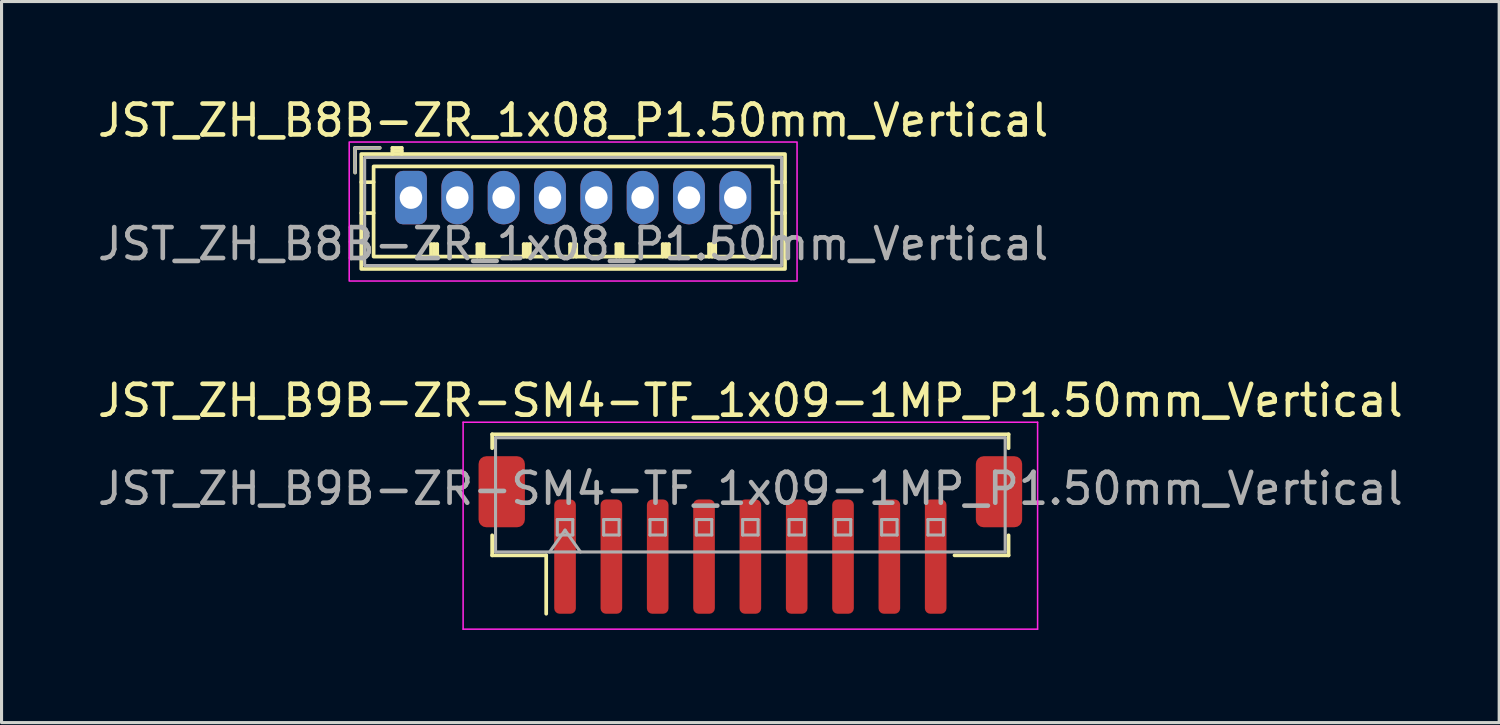
<source format=kicad_pcb>
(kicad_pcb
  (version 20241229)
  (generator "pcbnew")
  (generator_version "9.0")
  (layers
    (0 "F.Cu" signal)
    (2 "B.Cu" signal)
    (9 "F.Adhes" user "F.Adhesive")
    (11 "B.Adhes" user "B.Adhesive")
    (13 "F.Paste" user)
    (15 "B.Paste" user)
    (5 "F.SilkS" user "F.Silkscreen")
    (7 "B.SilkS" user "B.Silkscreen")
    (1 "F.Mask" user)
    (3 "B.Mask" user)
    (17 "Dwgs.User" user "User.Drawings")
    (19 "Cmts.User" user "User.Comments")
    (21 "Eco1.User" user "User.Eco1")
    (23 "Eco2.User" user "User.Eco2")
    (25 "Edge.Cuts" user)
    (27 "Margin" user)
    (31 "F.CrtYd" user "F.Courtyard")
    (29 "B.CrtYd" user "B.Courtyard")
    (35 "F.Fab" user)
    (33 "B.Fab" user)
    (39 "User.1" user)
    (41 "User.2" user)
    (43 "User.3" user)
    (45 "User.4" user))
  (footprint "JST_ZH_B8B-ZR_1x08_P1.50mm_Vertical"
    (layer "F.Cu")
    (at 10.256 3.348)
    (property "Reference" "JST_ZH_B8B-ZR_1x08_P1.50mm_Vertical" (at 5.25 -2.5 0) (layer "F.SilkS") (effects (font (size 1 1) (thickness 0.15))))
    (attr through_hole)
    (fp_line (start -1.81 -1.61) (end -1.81 -0.81) (stroke (width 0.12) (type solid)) (layer "F.SilkS"))
    (fp_line (start -1.61 -0.5) (end -1.21 -0.5) (stroke (width 0.12) (type solid)) (layer "F.SilkS"))
    (fp_line (start -1.61 0.5) (end -1.21 0.5) (stroke (width 0.12) (type solid)) (layer "F.SilkS"))
    (fp_line (start -1.01 -1.61) (end -1.81 -1.61) (stroke (width 0.12) (type solid)) (layer "F.SilkS"))
    (fp_line (start -0.6 -1.61) (end -0.6 -1.41) (stroke (width 0.12) (type solid)) (layer "F.SilkS"))
    (fp_line (start -0.3 -1.61) (end -0.6 -1.61) (stroke (width 0.12) (type solid)) (layer "F.SilkS"))
    (fp_line (start -0.3 -1.51) (end -0.6 -1.51) (stroke (width 0.12) (type solid)) (layer "F.SilkS"))
    (fp_line (start -0.3 -1.41) (end -0.3 -1.61) (stroke (width 0.12) (type solid)) (layer "F.SilkS"))
    (fp_line (start 0.65 1.51) (end 0.85 1.51) (stroke (width 0.12) (type solid)) (layer "F.SilkS"))
    (fp_line (start 0.65 1.91) (end 0.65 1.51) (stroke (width 0.12) (type solid)) (layer "F.SilkS"))
    (fp_line (start 0.75 1.91) (end 0.75 1.51) (stroke (width 0.12) (type solid)) (layer "F.SilkS"))
    (fp_line (start 0.85 1.51) (end 0.85 1.91) (stroke (width 0.12) (type solid)) (layer "F.SilkS"))
    (fp_line (start 2.15 1.51) (end 2.35 1.51) (stroke (width 0.12) (type solid)) (layer "F.SilkS"))
    (fp_line (start 2.15 1.91) (end 2.15 1.51) (stroke (width 0.12) (type solid)) (layer "F.SilkS"))
    (fp_line (start 2.25 1.91) (end 2.25 1.51) (stroke (width 0.12) (type solid)) (layer "F.SilkS"))
    (fp_line (start 2.35 1.51) (end 2.35 1.91) (stroke (width 0.12) (type solid)) (layer "F.SilkS"))
    (fp_line (start 3.65 1.51) (end 3.85 1.51) (stroke (width 0.12) (type solid)) (layer "F.SilkS"))
    (fp_line (start 3.65 1.91) (end 3.65 1.51) (stroke (width 0.12) (type solid)) (layer "F.SilkS"))
    (fp_line (start 3.75 1.91) (end 3.75 1.51) (stroke (width 0.12) (type solid)) (layer "F.SilkS"))
    (fp_line (start 3.85 1.51) (end 3.85 1.91) (stroke (width 0.12) (type solid)) (layer "F.SilkS"))
    (fp_line (start 5.15 1.51) (end 5.35 1.51) (stroke (width 0.12) (type solid)) (layer "F.SilkS"))
    (fp_line (start 5.15 1.91) (end 5.15 1.51) (stroke (width 0.12) (type solid)) (layer "F.SilkS"))
    (fp_line (start 5.25 1.91) (end 5.25 1.51) (stroke (width 0.12) (type solid)) (layer "F.SilkS"))
    (fp_line (start 5.35 1.51) (end 5.35 1.91) (stroke (width 0.12) (type solid)) (layer "F.SilkS"))
    (fp_line (start 6.65 1.51) (end 6.85 1.51) (stroke (width 0.12) (type solid)) (layer "F.SilkS"))
    (fp_line (start 6.65 1.91) (end 6.65 1.51) (stroke (width 0.12) (type solid)) (layer "F.SilkS"))
    (fp_line (start 6.75 1.91) (end 6.75 1.51) (stroke (width 0.12) (type solid)) (layer "F.SilkS"))
    (fp_line (start 6.85 1.51) (end 6.85 1.91) (stroke (width 0.12) (type solid)) (layer "F.SilkS"))
    (fp_line (start 8.15 1.51) (end 8.35 1.51) (stroke (width 0.12) (type solid)) (layer "F.SilkS"))
    (fp_line (start 8.15 1.91) (end 8.15 1.51) (stroke (width 0.12) (type solid)) (layer "F.SilkS"))
    (fp_line (start 8.25 1.91) (end 8.25 1.51) (stroke (width 0.12) (type solid)) (layer "F.SilkS"))
    (fp_line (start 8.35 1.51) (end 8.35 1.91) (stroke (width 0.12) (type solid)) (layer "F.SilkS"))
    (fp_line (start 9.65 1.51) (end 9.85 1.51) (stroke (width 0.12) (type solid)) (layer "F.SilkS"))
    (fp_line (start 9.65 1.91) (end 9.65 1.51) (stroke (width 0.12) (type solid)) (layer "F.SilkS"))
    (fp_line (start 9.75 1.91) (end 9.75 1.51) (stroke (width 0.12) (type solid)) (layer "F.SilkS"))
    (fp_line (start 9.85 1.51) (end 9.85 1.91) (stroke (width 0.12) (type solid)) (layer "F.SilkS"))
    (fp_line (start 12.11 -0.5) (end 11.71 -0.5) (stroke (width 0.12) (type solid)) (layer "F.SilkS"))
    (fp_line (start 12.11 0.5) (end 11.71 0.5) (stroke (width 0.12) (type solid)) (layer "F.SilkS"))
    (fp_rect (start -1.61 -1.41) (end 12.11 2.31) (stroke (width 0.12) (type solid)) (fill no) (layer "F.SilkS"))
    (fp_rect (start -1.21 -1.01) (end 11.71 1.91) (stroke (width 0.12) (type solid)) (fill no) (layer "F.SilkS"))
    (fp_rect (start -2 -1.8) (end 12.5 2.7) (stroke (width 0.05) (type solid)) (fill no) (layer "F.CrtYd"))
    (fp_line (start -1.81 -1.61) (end -1.81 -0.81) (stroke (width 0.1) (type solid)) (layer "F.Fab"))
    (fp_line (start -1.01 -1.61) (end -1.81 -1.61) (stroke (width 0.1) (type solid)) (layer "F.Fab"))
    (fp_rect (start -1.5 -1.3) (end 12 2.2) (stroke (width 0.1) (type solid)) (fill no) (layer "F.Fab"))
    (fp_text user "${REFERENCE}" (at 5.25 1.5 0) (layer "F.Fab") (effects (font (size 1 1) (thickness 0.15))))
    (pad "1" thru_hole roundrect (at 0 0) (size 1.03 1.73) (drill 0.73) (layers "*.Cu" "*.Mask") (roundrect_rratio 0.243))
    (pad "2" thru_hole oval (at 1.5 0) (size 1.03 1.73) (drill 0.73) (layers "*.Cu" "*.Mask"))
    (pad "3" thru_hole oval (at 3 0) (size 1.03 1.73) (drill 0.73) (layers "*.Cu" "*.Mask"))
    (pad "4" thru_hole oval (at 4.5 0) (size 1.03 1.73) (drill 0.73) (layers "*.Cu" "*.Mask"))
    (pad "5" thru_hole oval (at 6 0) (size 1.03 1.73) (drill 0.73) (layers "*.Cu" "*.Mask"))
    (pad "6" thru_hole oval (at 7.5 0) (size 1.03 1.73) (drill 0.73) (layers "*.Cu" "*.Mask"))
    (pad "7" thru_hole oval (at 9 0) (size 1.03 1.73) (drill 0.73) (layers "*.Cu" "*.Mask"))
    (pad "8" thru_hole oval (at 10.5 0) (size 1.03 1.73) (drill 0.73) (layers "*.Cu" "*.Mask")))
  (footprint "JST_ZH_B9B-ZR-SM4-TF_1x09-1MP_P1.50mm_Vertical"
    (layer "F.Cu")
    (at 21.244 14.271)
    (property "Reference" "JST_ZH_B9B-ZR-SM4-TF_1x09-1MP_P1.50mm_Vertical" (at 0 -4.35 0) (layer "F.SilkS") (effects (font (size 1 1) (thickness 0.15))))
    (attr smd)
    (fp_line (start -8.36 -3.26) (end 8.36 -3.26) (stroke (width 0.12) (type solid)) (layer "F.SilkS"))
    (fp_line (start -8.36 -2.81) (end -8.36 -3.26) (stroke (width 0.12) (type solid)) (layer "F.SilkS"))
    (fp_line (start -8.36 0.01) (end -8.36 0.66) (stroke (width 0.12) (type solid)) (layer "F.SilkS"))
    (fp_line (start -8.36 0.66) (end -6.61 0.66) (stroke (width 0.12) (type solid)) (layer "F.SilkS"))
    (fp_line (start -6.61 0.66) (end -6.61 2.55) (stroke (width 0.12) (type solid)) (layer "F.SilkS"))
    (fp_line (start 8.36 -3.26) (end 8.36 -2.81) (stroke (width 0.12) (type solid)) (layer "F.SilkS"))
    (fp_line (start 8.36 0.01) (end 8.36 0.66) (stroke (width 0.12) (type solid)) (layer "F.SilkS"))
    (fp_line (start 8.36 0.66) (end 6.61 0.66) (stroke (width 0.12) (type solid)) (layer "F.SilkS"))
    (fp_line (start -9.3 -3.65) (end -9.3 3.05) (stroke (width 0.05) (type solid)) (layer "F.CrtYd"))
    (fp_line (start -9.3 3.05) (end 9.3 3.05) (stroke (width 0.05) (type solid)) (layer "F.CrtYd"))
    (fp_line (start 9.3 -3.65) (end -9.3 -3.65) (stroke (width 0.05) (type solid)) (layer "F.CrtYd"))
    (fp_line (start 9.3 3.05) (end 9.3 -3.65) (stroke (width 0.05) (type solid)) (layer "F.CrtYd"))
    (fp_line (start -8.25 -3.15) (end 8.25 -3.15) (stroke (width 0.1) (type solid)) (layer "F.Fab"))
    (fp_line (start -8.25 0.55) (end -8.25 -3.15) (stroke (width 0.1) (type solid)) (layer "F.Fab"))
    (fp_line (start -8.25 0.55) (end 8.25 0.55) (stroke (width 0.1) (type solid)) (layer "F.Fab"))
    (fp_line (start -6.5 0.55) (end -6 -0.157) (stroke (width 0.1) (type solid)) (layer "F.Fab"))
    (fp_line (start -6.25 -0.5) (end -6.25 0) (stroke (width 0.1) (type solid)) (layer "F.Fab"))
    (fp_line (start -6.25 0) (end -5.75 0) (stroke (width 0.1) (type solid)) (layer "F.Fab"))
    (fp_line (start -6 -0.157) (end -5.5 0.55) (stroke (width 0.1) (type solid)) (layer "F.Fab"))
    (fp_line (start -5.75 -0.5) (end -6.25 -0.5) (stroke (width 0.1) (type solid)) (layer "F.Fab"))
    (fp_line (start -5.75 0) (end -5.75 -0.5) (stroke (width 0.1) (type solid)) (layer "F.Fab"))
    (fp_line (start -4.75 -0.5) (end -4.75 0) (stroke (width 0.1) (type solid)) (layer "F.Fab"))
    (fp_line (start -4.75 0) (end -4.25 0) (stroke (width 0.1) (type solid)) (layer "F.Fab"))
    (fp_line (start -4.25 -0.5) (end -4.75 -0.5) (stroke (width 0.1) (type solid)) (layer "F.Fab"))
    (fp_line (start -4.25 0) (end -4.25 -0.5) (stroke (width 0.1) (type solid)) (layer "F.Fab"))
    (fp_line (start -3.25 -0.5) (end -3.25 0) (stroke (width 0.1) (type solid)) (layer "F.Fab"))
    (fp_line (start -3.25 0) (end -2.75 0) (stroke (width 0.1) (type solid)) (layer "F.Fab"))
    (fp_line (start -2.75 -0.5) (end -3.25 -0.5) (stroke (width 0.1) (type solid)) (layer "F.Fab"))
    (fp_line (start -2.75 0) (end -2.75 -0.5) (stroke (width 0.1) (type solid)) (layer "F.Fab"))
    (fp_line (start -1.75 -0.5) (end -1.75 0) (stroke (width 0.1) (type solid)) (layer "F.Fab"))
    (fp_line (start -1.75 0) (end -1.25 0) (stroke (width 0.1) (type solid)) (layer "F.Fab"))
    (fp_line (start -1.25 -0.5) (end -1.75 -0.5) (stroke (width 0.1) (type solid)) (layer "F.Fab"))
    (fp_line (start -1.25 0) (end -1.25 -0.5) (stroke (width 0.1) (type solid)) (layer "F.Fab"))
    (fp_line (start -0.25 -0.5) (end -0.25 0) (stroke (width 0.1) (type solid)) (layer "F.Fab"))
    (fp_line (start -0.25 0) (end 0.25 0) (stroke (width 0.1) (type solid)) (layer "F.Fab"))
    (fp_line (start 0.25 -0.5) (end -0.25 -0.5) (stroke (width 0.1) (type solid)) (layer "F.Fab"))
    (fp_line (start 0.25 0) (end 0.25 -0.5) (stroke (width 0.1) (type solid)) (layer "F.Fab"))
    (fp_line (start 1.25 -0.5) (end 1.25 0) (stroke (width 0.1) (type solid)) (layer "F.Fab"))
    (fp_line (start 1.25 0) (end 1.75 0) (stroke (width 0.1) (type solid)) (layer "F.Fab"))
    (fp_line (start 1.75 -0.5) (end 1.25 -0.5) (stroke (width 0.1) (type solid)) (layer "F.Fab"))
    (fp_line (start 1.75 0) (end 1.75 -0.5) (stroke (width 0.1) (type solid)) (layer "F.Fab"))
    (fp_line (start 2.75 -0.5) (end 2.75 0) (stroke (width 0.1) (type solid)) (layer "F.Fab"))
    (fp_line (start 2.75 0) (end 3.25 0) (stroke (width 0.1) (type solid)) (layer "F.Fab"))
    (fp_line (start 3.25 -0.5) (end 2.75 -0.5) (stroke (width 0.1) (type solid)) (layer "F.Fab"))
    (fp_line (start 3.25 0) (end 3.25 -0.5) (stroke (width 0.1) (type solid)) (layer "F.Fab"))
    (fp_line (start 4.25 -0.5) (end 4.25 0) (stroke (width 0.1) (type solid)) (layer "F.Fab"))
    (fp_line (start 4.25 0) (end 4.75 0) (stroke (width 0.1) (type solid)) (layer "F.Fab"))
    (fp_line (start 4.75 -0.5) (end 4.25 -0.5) (stroke (width 0.1) (type solid)) (layer "F.Fab"))
    (fp_line (start 4.75 0) (end 4.75 -0.5) (stroke (width 0.1) (type solid)) (layer "F.Fab"))
    (fp_line (start 5.75 -0.5) (end 5.75 0) (stroke (width 0.1) (type solid)) (layer "F.Fab"))
    (fp_line (start 5.75 0) (end 6.25 0) (stroke (width 0.1) (type solid)) (layer "F.Fab"))
    (fp_line (start 6.25 -0.5) (end 5.75 -0.5) (stroke (width 0.1) (type solid)) (layer "F.Fab"))
    (fp_line (start 6.25 0) (end 6.25 -0.5) (stroke (width 0.1) (type solid)) (layer "F.Fab"))
    (fp_line (start 8.25 0.55) (end 8.25 -3.15) (stroke (width 0.1) (type solid)) (layer "F.Fab"))
    (fp_text user "${REFERENCE}" (at 0 -1.5 0) (layer "F.Fab") (effects (font (size 1 1) (thickness 0.15))))
    (pad "1" smd roundrect (at -6 0.7) (size 0.7 3.7) (layers "F.Cu" "F.Mask" "F.Paste") (roundrect_rratio 0.25))
    (pad "2" smd roundrect (at -4.5 0.7) (size 0.7 3.7) (layers "F.Cu" "F.Mask" "F.Paste") (roundrect_rratio 0.25))
    (pad "3" smd roundrect (at -3 0.7) (size 0.7 3.7) (layers "F.Cu" "F.Mask" "F.Paste") (roundrect_rratio 0.25))
    (pad "4" smd roundrect (at -1.5 0.7) (size 0.7 3.7) (layers "F.Cu" "F.Mask" "F.Paste") (roundrect_rratio 0.25))
    (pad "5" smd roundrect (at 0 0.7) (size 0.7 3.7) (layers "F.Cu" "F.Mask" "F.Paste") (roundrect_rratio 0.25))
    (pad "6" smd roundrect (at 1.5 0.7) (size 0.7 3.7) (layers "F.Cu" "F.Mask" "F.Paste") (roundrect_rratio 0.25))
    (pad "7" smd roundrect (at 3 0.7) (size 0.7 3.7) (layers "F.Cu" "F.Mask" "F.Paste") (roundrect_rratio 0.25))
    (pad "8" smd roundrect (at 4.5 0.7) (size 0.7 3.7) (layers "F.Cu" "F.Mask" "F.Paste") (roundrect_rratio 0.25))
    (pad "9" smd roundrect (at 6 0.7) (size 0.7 3.7) (layers "F.Cu" "F.Mask" "F.Paste") (roundrect_rratio 0.25))
    (pad "MP" smd roundrect (at -8.05 -1.4) (size 1.5 2.3) (layers "F.Cu" "F.Mask" "F.Paste") (roundrect_rratio 0.167))
    (pad "MP" smd roundrect (at 8.05 -1.4) (size 1.5 2.3) (layers "F.Cu" "F.Mask" "F.Paste") (roundrect_rratio 0.167)))
  (gr_rect
    (start -3 -3)
    (end 45.488 20.346)
    (stroke (width 0.1) (type default))
    (fill no)
    (layer "Edge.Cuts")))
</source>
